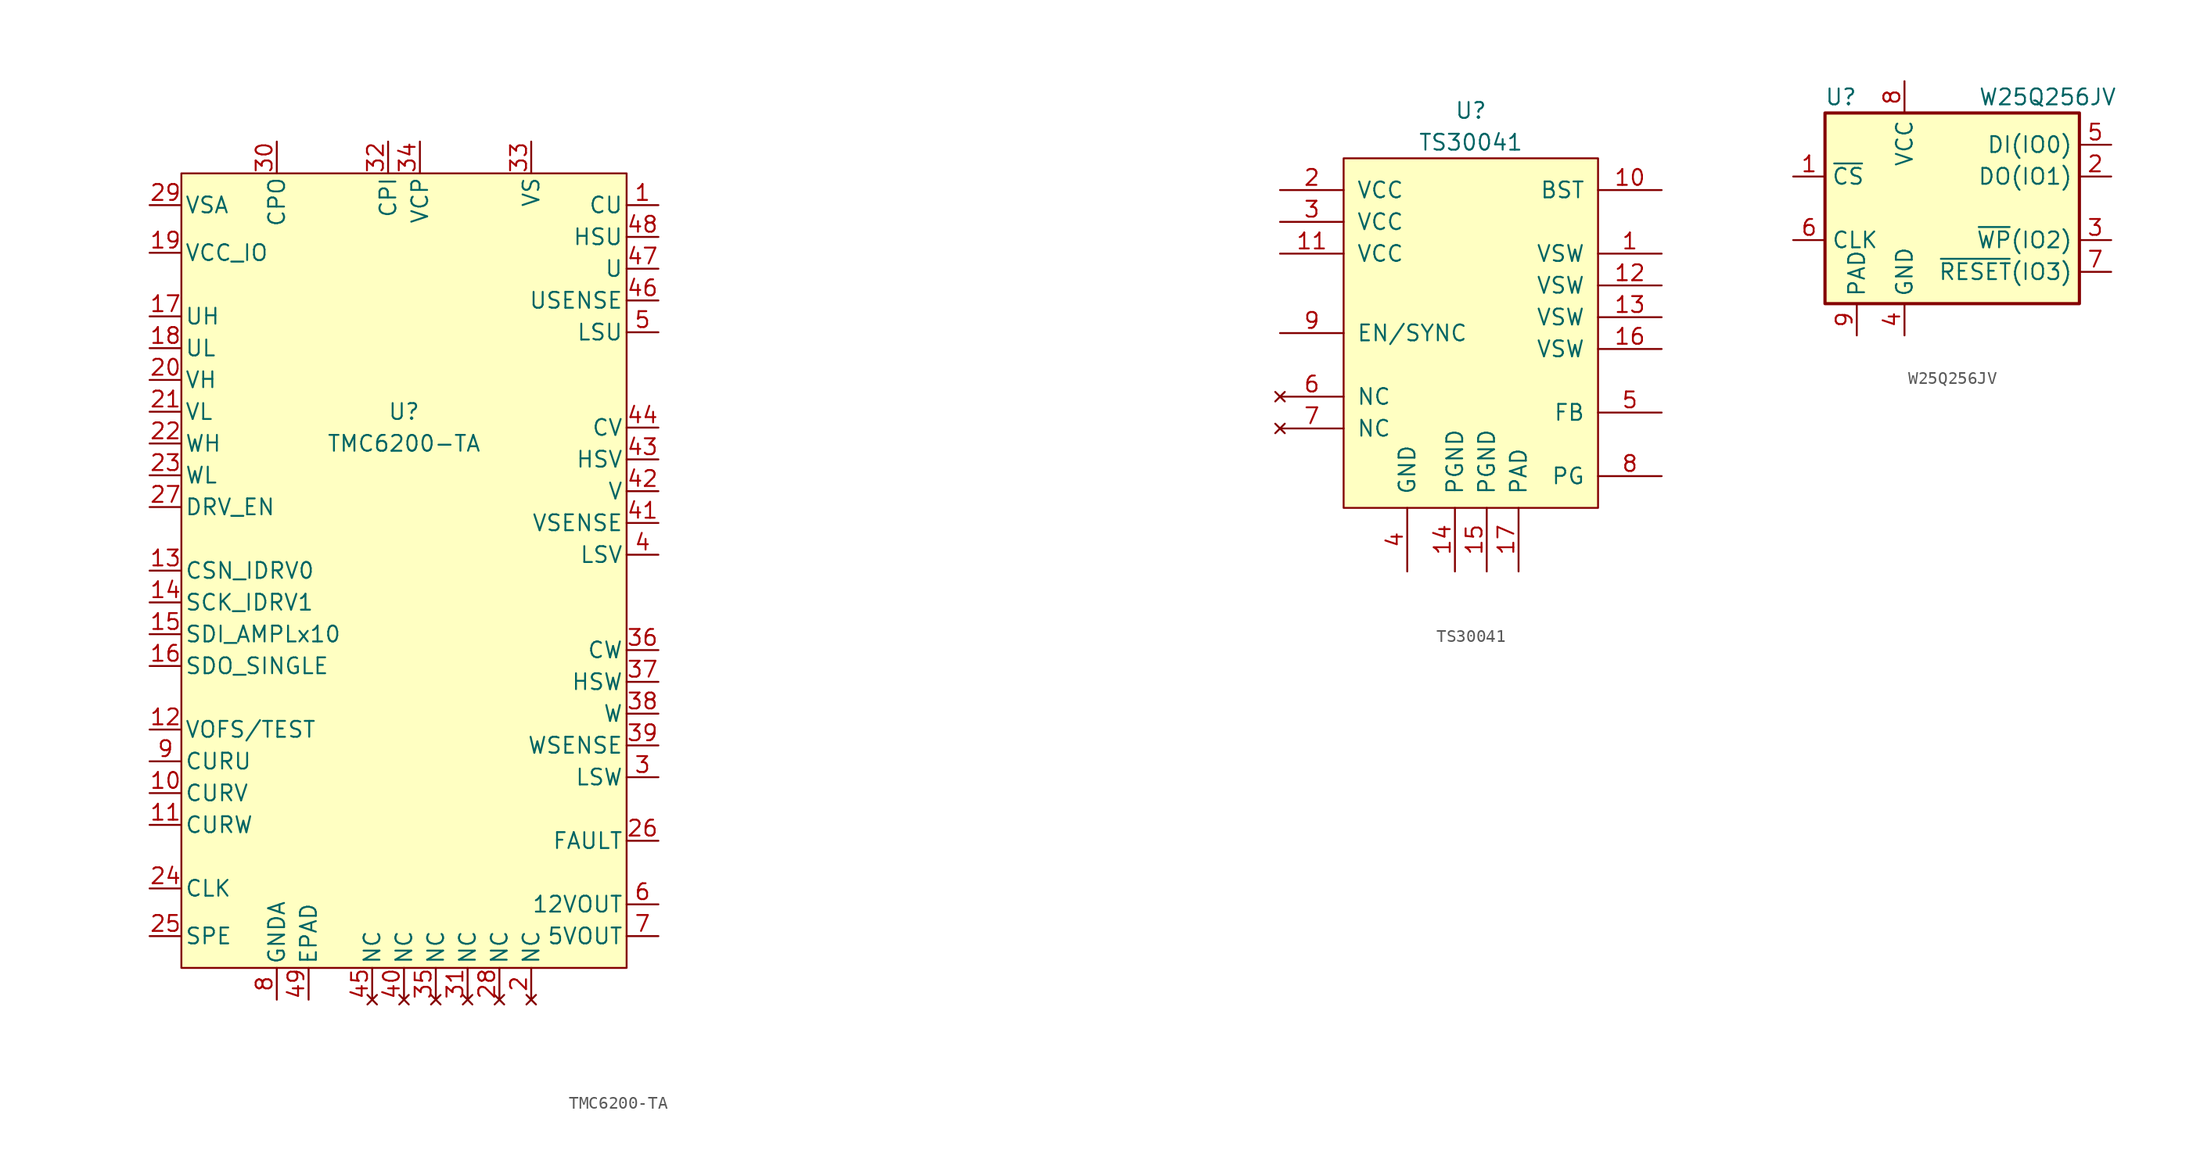
<source format=kicad_sym>
(kicad_symbol_lib
  (version 20220914)
  (generator kicad_symbol_editor)
  (symbol "TMC6200-TA"
    (pin_names
      (offset 0.254))
    (property "Reference" "U"
      (at 0 12.7 0)
      (effects (font (size 1.27 1.27))))
    (property "Value" "TMC6200-TA"
      (at 0 10.16 0)
      (effects (font (size 1.27 1.27))))
    (property "Datasheet" ""
      (at 54.61 31.75 0)
      (effects (font (size 1.524 1.524))))
    (symbol "TMC6200-TA_0_1"
      (rectangle (start -17.78 31.75) (end 17.78 -31.75) (stroke (width 0) (type default)) (fill (type background))))
    (symbol "TMC6200-TA_1_0"
      (pin input line (at 20.32 29.21 180) (length 2.54) (name "CU" (effects (font (size 1.27 1.27)))) (number "1" (effects (font (size 1.27 1.27)))))
      (pin output line (at -20.32 -17.78 0) (length 2.54) (name "CURV" (effects (font (size 1.27 1.27)))) (number "10" (effects (font (size 1.27 1.27)))))
      (pin output line (at -20.32 -20.32 0) (length 2.54) (name "CURW" (effects (font (size 1.27 1.27)))) (number "11" (effects (font (size 1.27 1.27)))))
      (pin bidirectional line (at -20.32 -12.7 0) (length 2.54) (name "VOFS/TEST" (effects (font (size 1.27 1.27)))) (number "12" (effects (font (size 1.27 1.27)))))
      (pin input line (at -20.32 0 0) (length 2.54) (name "CSN_IDRV0" (effects (font (size 1.27 1.27)))) (number "13" (effects (font (size 1.27 1.27)))))
      (pin input line (at -20.32 -2.54 0) (length 2.54) (name "SCK_IDRV1" (effects (font (size 1.27 1.27)))) (number "14" (effects (font (size 1.27 1.27)))))
      (pin input line (at -20.32 -5.08 0) (length 2.54) (name "SDI_AMPLx10" (effects (font (size 1.27 1.27)))) (number "15" (effects (font (size 1.27 1.27)))))
      (pin tri_state line (at -20.32 -7.62 0) (length 2.54) (name "SDO_SINGLE" (effects (font (size 1.27 1.27)))) (number "16" (effects (font (size 1.27 1.27)))))
      (pin input line (at -20.32 20.32 0) (length 2.54) (name "UH" (effects (font (size 1.27 1.27)))) (number "17" (effects (font (size 1.27 1.27)))))
      (pin input line (at -20.32 17.78 0) (length 2.54) (name "UL" (effects (font (size 1.27 1.27)))) (number "18" (effects (font (size 1.27 1.27)))))
      (pin power_in line (at -20.32 25.4 0) (length 2.54) (name "VCC_IO" (effects (font (size 1.27 1.27)))) (number "19" (effects (font (size 1.27 1.27)))))
      (pin no_connect line (at 10.16 -34.29 90) (length 2.54) (name "NC" (effects (font (size 1.27 1.27)))) (number "2" (effects (font (size 1.27 1.27)))))
      (pin input line (at -20.32 15.24 0) (length 2.54) (name "VH" (effects (font (size 1.27 1.27)))) (number "20" (effects (font (size 1.27 1.27)))))
      (pin input line (at -20.32 12.7 0) (length 2.54) (name "VL" (effects (font (size 1.27 1.27)))) (number "21" (effects (font (size 1.27 1.27)))))
      (pin input line (at -20.32 10.16 0) (length 2.54) (name "WH" (effects (font (size 1.27 1.27)))) (number "22" (effects (font (size 1.27 1.27)))))
      (pin input line (at -20.32 7.62 0) (length 2.54) (name "WL" (effects (font (size 1.27 1.27)))) (number "23" (effects (font (size 1.27 1.27)))))
      (pin input line (at -20.32 -25.4 0) (length 2.54) (name "CLK" (effects (font (size 1.27 1.27)))) (number "24" (effects (font (size 1.27 1.27)))))
      (pin input line (at -20.32 -29.21 0) (length 2.54) (name "SPE" (effects (font (size 1.27 1.27)))) (number "25" (effects (font (size 1.27 1.27)))))
      (pin output line (at 20.32 -21.59 180) (length 2.54) (name "FAULT" (effects (font (size 1.27 1.27)))) (number "26" (effects (font (size 1.27 1.27)))))
      (pin input line (at -20.32 5.08 0) (length 2.54) (name "DRV_EN" (effects (font (size 1.27 1.27)))) (number "27" (effects (font (size 1.27 1.27)))))
      (pin no_connect line (at 7.62 -34.29 90) (length 2.54) (name "NC" (effects (font (size 1.27 1.27)))) (number "28" (effects (font (size 1.27 1.27)))))
      (pin power_in line (at -20.32 29.21 0) (length 2.54) (name "VSA" (effects (font (size 1.27 1.27)))) (number "29" (effects (font (size 1.27 1.27)))))
      (pin output line (at 20.32 -16.51 180) (length 2.54) (name "LSW" (effects (font (size 1.27 1.27)))) (number "3" (effects (font (size 1.27 1.27)))))
      (pin output line (at -10.16 34.29 270) (length 2.54) (name "CPO" (effects (font (size 1.27 1.27)))) (number "30" (effects (font (size 1.27 1.27)))))
      (pin no_connect line (at 5.08 -34.29 90) (length 2.54) (name "NC" (effects (font (size 1.27 1.27)))) (number "31" (effects (font (size 1.27 1.27)))))
      (pin input line (at -1.27 34.29 270) (length 2.54) (name "CPI" (effects (font (size 1.27 1.27)))) (number "32" (effects (font (size 1.27 1.27)))))
      (pin power_in line (at 10.16 34.29 270) (length 2.54) (name "VS" (effects (font (size 1.27 1.27)))) (number "33" (effects (font (size 1.27 1.27)))))
      (pin power_out line (at 1.27 34.29 270) (length 2.54) (name "VCP" (effects (font (size 1.27 1.27)))) (number "34" (effects (font (size 1.27 1.27)))))
      (pin no_connect line (at 2.54 -34.29 90) (length 2.54) (name "NC" (effects (font (size 1.27 1.27)))) (number "35" (effects (font (size 1.27 1.27)))))
      (pin input line (at 20.32 -6.35 180) (length 2.54) (name "CW" (effects (font (size 1.27 1.27)))) (number "36" (effects (font (size 1.27 1.27)))))
      (pin output line (at 20.32 -8.89 180) (length 2.54) (name "HSW" (effects (font (size 1.27 1.27)))) (number "37" (effects (font (size 1.27 1.27)))))
      (pin input line (at 20.32 -11.43 180) (length 2.54) (name "W" (effects (font (size 1.27 1.27)))) (number "38" (effects (font (size 1.27 1.27)))))
      (pin input line (at 20.32 -13.97 180) (length 2.54) (name "WSENSE" (effects (font (size 1.27 1.27)))) (number "39" (effects (font (size 1.27 1.27)))))
      (pin output line (at 20.32 1.27 180) (length 2.54) (name "LSV" (effects (font (size 1.27 1.27)))) (number "4" (effects (font (size 1.27 1.27)))))
      (pin no_connect line (at 0 -34.29 90) (length 2.54) (name "NC" (effects (font (size 1.27 1.27)))) (number "40" (effects (font (size 1.27 1.27)))))
      (pin input line (at 20.32 3.81 180) (length 2.54) (name "VSENSE" (effects (font (size 1.27 1.27)))) (number "41" (effects (font (size 1.27 1.27)))))
      (pin input line (at 20.32 6.35 180) (length 2.54) (name "V" (effects (font (size 1.27 1.27)))) (number "42" (effects (font (size 1.27 1.27)))))
      (pin output line (at 20.32 8.89 180) (length 2.54) (name "HSV" (effects (font (size 1.27 1.27)))) (number "43" (effects (font (size 1.27 1.27)))))
      (pin input line (at 20.32 11.43 180) (length 2.54) (name "CV" (effects (font (size 1.27 1.27)))) (number "44" (effects (font (size 1.27 1.27)))))
      (pin no_connect line (at -2.54 -34.29 90) (length 2.54) (name "NC" (effects (font (size 1.27 1.27)))) (number "45" (effects (font (size 1.27 1.27)))))
      (pin input line (at 20.32 21.59 180) (length 2.54) (name "USENSE" (effects (font (size 1.27 1.27)))) (number "46" (effects (font (size 1.27 1.27)))))
      (pin input line (at 20.32 24.13 180) (length 2.54) (name "U" (effects (font (size 1.27 1.27)))) (number "47" (effects (font (size 1.27 1.27)))))
      (pin output line (at 20.32 26.67 180) (length 2.54) (name "HSU" (effects (font (size 1.27 1.27)))) (number "48" (effects (font (size 1.27 1.27)))))
      (pin power_in line (at -7.62 -34.29 90) (length 2.54) (name "EPAD" (effects (font (size 1.27 1.27)))) (number "49" (effects (font (size 1.27 1.27)))))
      (pin output line (at 20.32 19.05 180) (length 2.54) (name "LSU" (effects (font (size 1.27 1.27)))) (number "5" (effects (font (size 1.27 1.27)))))
      (pin power_out line (at 20.32 -26.67 180) (length 2.54) (name "12VOUT" (effects (font (size 1.27 1.27)))) (number "6" (effects (font (size 1.27 1.27)))))
      (pin power_out line (at 20.32 -29.21 180) (length 2.54) (name "5VOUT" (effects (font (size 1.27 1.27)))) (number "7" (effects (font (size 1.27 1.27)))))
      (pin power_in line (at -10.16 -34.29 90) (length 2.54) (name "GNDA" (effects (font (size 1.27 1.27)))) (number "8" (effects (font (size 1.27 1.27)))))
      (pin output line (at -20.32 -15.24 0) (length 2.54) (name "CURU" (effects (font (size 1.27 1.27)))) (number "9" (effects (font (size 1.27 1.27)))))))
  (symbol "TS30041"
    (pin_names
      (offset 1.016))
    (property "Reference" "U"
      (at 0 17.78 0)
      (effects (font (size 1.27 1.27))))
    (property "Value" "TS30041"
      (at 0 15.24 0)
      (effects (font (size 1.27 1.27))))
    (symbol "TS30041_0_1"
      (rectangle (start -10.16 13.97) (end 10.16 -13.97) (stroke (width 0) (type default)) (fill (type background))))
    (symbol "TS30041_1_1"
      (pin bidirectional line (at 15.24 6.35 180) (length 5.08) (name "VSW" (effects (font (size 1.27 1.27)))) (number "1" (effects (font (size 1.27 1.27)))))
      (pin bidirectional line (at 15.24 11.43 180) (length 5.08) (name "BST" (effects (font (size 1.27 1.27)))) (number "10" (effects (font (size 1.27 1.27)))))
      (pin power_in line (at -15.24 6.35 0) (length 5.08) (name "VCC" (effects (font (size 1.27 1.27)))) (number "11" (effects (font (size 1.27 1.27)))))
      (pin bidirectional line (at 15.24 3.81 180) (length 5.08) (name "VSW" (effects (font (size 1.27 1.27)))) (number "12" (effects (font (size 1.27 1.27)))))
      (pin bidirectional line (at 15.24 1.27 180) (length 5.08) (name "VSW" (effects (font (size 1.27 1.27)))) (number "13" (effects (font (size 1.27 1.27)))))
      (pin power_in line (at -1.27 -19.05 90) (length 5.08) (name "PGND" (effects (font (size 1.27 1.27)))) (number "14" (effects (font (size 1.27 1.27)))))
      (pin power_in line (at 1.27 -19.05 90) (length 5.08) (name "PGND" (effects (font (size 1.27 1.27)))) (number "15" (effects (font (size 1.27 1.27)))))
      (pin bidirectional line (at 15.24 -1.27 180) (length 5.08) (name "VSW" (effects (font (size 1.27 1.27)))) (number "16" (effects (font (size 1.27 1.27)))))
      (pin power_in line (at 3.81 -19.05 90) (length 5.08) (name "PAD" (effects (font (size 1.27 1.27)))) (number "17" (effects (font (size 1.27 1.27)))))
      (pin power_in line (at -15.24 11.43 0) (length 5.08) (name "VCC" (effects (font (size 1.27 1.27)))) (number "2" (effects (font (size 1.27 1.27)))))
      (pin power_in line (at -15.24 8.89 0) (length 5.08) (name "VCC" (effects (font (size 1.27 1.27)))) (number "3" (effects (font (size 1.27 1.27)))))
      (pin power_in line (at -5.08 -19.05 90) (length 5.08) (name "GND" (effects (font (size 1.27 1.27)))) (number "4" (effects (font (size 1.27 1.27)))))
      (pin input line (at 15.24 -6.35 180) (length 5.08) (name "FB" (effects (font (size 1.27 1.27)))) (number "5" (effects (font (size 1.27 1.27)))))
      (pin no_connect line (at -15.24 -5.08 0) (length 5.08) (name "NC" (effects (font (size 1.27 1.27)))) (number "6" (effects (font (size 1.27 1.27)))))
      (pin no_connect line (at -15.24 -7.62 0) (length 5.08) (name "NC" (effects (font (size 1.27 1.27)))) (number "7" (effects (font (size 1.27 1.27)))))
      (pin open_collector line (at 15.24 -11.43 180) (length 5.08) (name "PG" (effects (font (size 1.27 1.27)))) (number "8" (effects (font (size 1.27 1.27)))))
      (pin input line (at -15.24 0 0) (length 5.08) (name "EN/SYNC" (effects (font (size 1.27 1.27)))) (number "9" (effects (font (size 1.27 1.27)))))))
  (symbol "W25Q256JV"
    (property "Reference" "U"
      (at -8.89 8.89 0)
      (effects (font (size 1.27 1.27))))
    (property "Value" "W25Q256JV"
      (at 7.62 8.89 0)
      (effects (font (size 1.27 1.27))))
    (symbol "W25Q256JV_0_1"
      (rectangle (start -10.16 7.62) (end 10.16 -7.62) (stroke (width 0.254) (type default)) (fill (type background))))
    (symbol "W25Q256JV_1_1"
      (pin input line (at -12.7 2.54 0) (length 2.54) (name "~{CS}" (effects (font (size 1.27 1.27)))) (number "1" (effects (font (size 1.27 1.27)))))
      (pin bidirectional line (at 12.7 2.54 180) (length 2.54) (name "DO(IO1)" (effects (font (size 1.27 1.27)))) (number "2" (effects (font (size 1.27 1.27)))))
      (pin bidirectional line (at 12.7 -2.54 180) (length 2.54) (name "~{WP}(IO2)" (effects (font (size 1.27 1.27)))) (number "3" (effects (font (size 1.27 1.27)))))
      (pin power_in line (at -3.81 -10.16 90) (length 2.54) (name "GND" (effects (font (size 1.27 1.27)))) (number "4" (effects (font (size 1.27 1.27)))))
      (pin bidirectional line (at 12.7 5.08 180) (length 2.54) (name "DI(IO0)" (effects (font (size 1.27 1.27)))) (number "5" (effects (font (size 1.27 1.27)))))
      (pin input line (at -12.7 -2.54 0) (length 2.54) (name "CLK" (effects (font (size 1.27 1.27)))) (number "6" (effects (font (size 1.27 1.27)))))
      (pin bidirectional line (at 12.7 -5.08 180) (length 2.54) (name "~{RESET}(IO3)" (effects (font (size 1.27 1.27)))) (number "7" (effects (font (size 1.27 1.27)))))
      (pin power_in line (at -3.81 10.16 270) (length 2.54) (name "VCC" (effects (font (size 1.27 1.27)))) (number "8" (effects (font (size 1.27 1.27)))))
      (pin passive line (at -7.62 -10.16 90) (length 2.54) (name "PAD" (effects (font (size 1.27 1.27)))) (number "9" (effects (font (size 1.27 1.27))))))))
</source>
